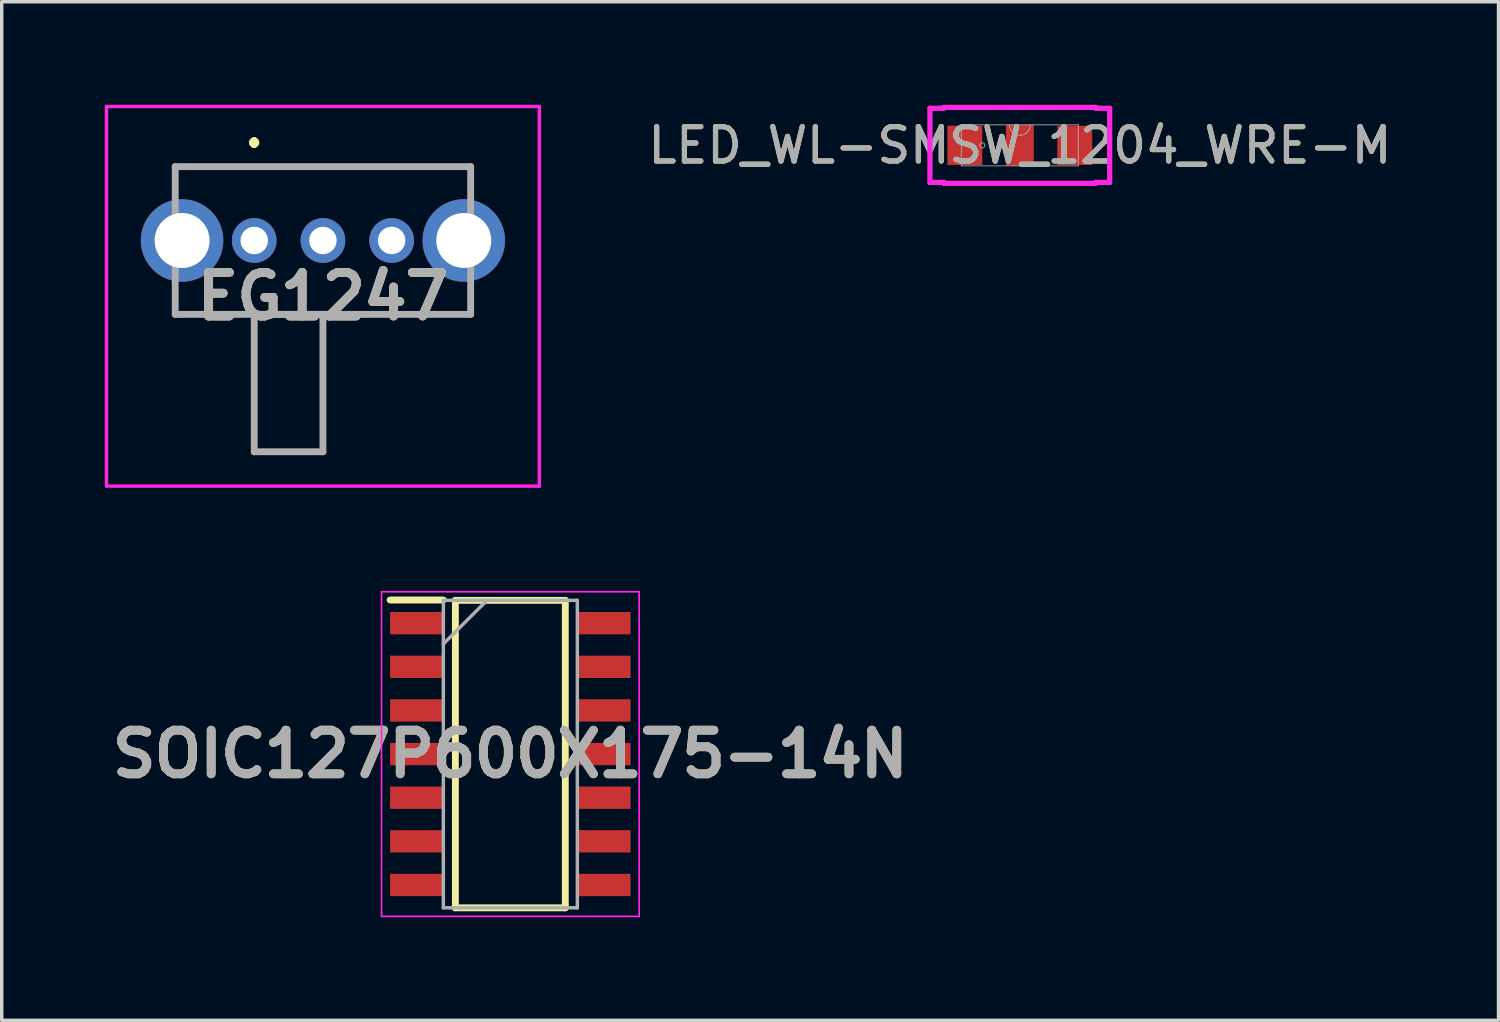
<source format=kicad_pcb>
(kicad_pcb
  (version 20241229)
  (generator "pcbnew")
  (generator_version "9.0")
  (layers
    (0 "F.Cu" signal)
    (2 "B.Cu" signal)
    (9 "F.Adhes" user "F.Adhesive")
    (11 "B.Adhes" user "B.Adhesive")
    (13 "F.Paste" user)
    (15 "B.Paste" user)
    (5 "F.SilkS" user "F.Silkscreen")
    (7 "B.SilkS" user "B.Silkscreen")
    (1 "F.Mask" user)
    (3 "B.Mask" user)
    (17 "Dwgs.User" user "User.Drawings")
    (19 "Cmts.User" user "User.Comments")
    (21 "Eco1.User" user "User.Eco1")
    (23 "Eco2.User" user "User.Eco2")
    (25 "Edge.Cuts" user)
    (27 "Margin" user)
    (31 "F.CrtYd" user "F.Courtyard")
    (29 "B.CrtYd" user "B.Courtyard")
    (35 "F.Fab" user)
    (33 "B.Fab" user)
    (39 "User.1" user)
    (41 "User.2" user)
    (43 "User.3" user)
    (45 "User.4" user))
  (footprint "EG1247"
    (layer "F.Cu")
    (at 4.35 3.95)
    (property "Reference" "EG1247" (at 2 1.625 0) (layer "F.SilkS") (effects (font (size 1.27 1.27) (thickness 0.254))))
    (attr through_hole)
    (fp_line (start -2.3 -2.15) (end -2.3 -2.15) (stroke (width 0.1) (type solid)) (layer "F.SilkS"))
    (fp_line (start -2.3 -2.15) (end -2.3 -2.15) (stroke (width 0.1) (type solid)) (layer "F.SilkS"))
    (fp_line (start -2.3 -2.15) (end -2.3 -1.75) (stroke (width 0.1) (type solid)) (layer "F.SilkS"))
    (fp_line (start -2.3 -2.15) (end 6.3 -2.15) (stroke (width 0.1) (type solid)) (layer "F.SilkS"))
    (fp_line (start -2.3 -1.75) (end -2.3 -2.15) (stroke (width 0.1) (type solid)) (layer "F.SilkS"))
    (fp_line (start -2.3 -1.75) (end -2.3 -1.75) (stroke (width 0.1) (type solid)) (layer "F.SilkS"))
    (fp_line (start -2.3 1.75) (end -2.3 1.75) (stroke (width 0.1) (type solid)) (layer "F.SilkS"))
    (fp_line (start -2.3 1.75) (end -2.3 2.15) (stroke (width 0.1) (type solid)) (layer "F.SilkS"))
    (fp_line (start -2.3 2.15) (end -2.3 1.75) (stroke (width 0.1) (type solid)) (layer "F.SilkS"))
    (fp_line (start -2.3 2.15) (end -2.3 2.15) (stroke (width 0.1) (type solid)) (layer "F.SilkS"))
    (fp_line (start -2.3 2.15) (end -2.3 2.15) (stroke (width 0.1) (type solid)) (layer "F.SilkS"))
    (fp_line (start -2.3 2.15) (end 0 2.15) (stroke (width 0.1) (type solid)) (layer "F.SilkS"))
    (fp_line (start 0 -2.9) (end 0 -2.9) (stroke (width 0.2) (type solid)) (layer "F.SilkS"))
    (fp_line (start 0 -2.9) (end 0 -2.9) (stroke (width 0.2) (type solid)) (layer "F.SilkS"))
    (fp_line (start 0 -2.8) (end 0 -2.8) (stroke (width 0.2) (type solid)) (layer "F.SilkS"))
    (fp_line (start 0 2.15) (end -2.3 2.15) (stroke (width 0.1) (type solid)) (layer "F.SilkS"))
    (fp_line (start 0 2.15) (end 0 2.15) (stroke (width 0.1) (type solid)) (layer "F.SilkS"))
    (fp_line (start 0 2.15) (end 2 2.15) (stroke (width 0.1) (type solid)) (layer "F.SilkS"))
    (fp_line (start 0 6.15) (end 0 2.15) (stroke (width 0.1) (type solid)) (layer "F.SilkS"))
    (fp_line (start 2 2.15) (end 2 2.15) (stroke (width 0.1) (type solid)) (layer "F.SilkS"))
    (fp_line (start 2 2.15) (end 2 6.15) (stroke (width 0.1) (type solid)) (layer "F.SilkS"))
    (fp_line (start 2 2.15) (end 6.3 2.15) (stroke (width 0.1) (type solid)) (layer "F.SilkS"))
    (fp_line (start 2 6.15) (end 0 6.15) (stroke (width 0.1) (type solid)) (layer "F.SilkS"))
    (fp_line (start 6.3 -2.15) (end -2.3 -2.15) (stroke (width 0.1) (type solid)) (layer "F.SilkS"))
    (fp_line (start 6.3 -2.15) (end 6.3 -2.15) (stroke (width 0.1) (type solid)) (layer "F.SilkS"))
    (fp_line (start 6.3 -2.15) (end 6.3 -2.15) (stroke (width 0.1) (type solid)) (layer "F.SilkS"))
    (fp_line (start 6.3 -2.15) (end 6.3 -1.75) (stroke (width 0.1) (type solid)) (layer "F.SilkS"))
    (fp_line (start 6.3 -1.75) (end 6.3 -2.15) (stroke (width 0.1) (type solid)) (layer "F.SilkS"))
    (fp_line (start 6.3 -1.75) (end 6.3 -1.75) (stroke (width 0.1) (type solid)) (layer "F.SilkS"))
    (fp_line (start 6.3 1.75) (end 6.3 1.75) (stroke (width 0.1) (type solid)) (layer "F.SilkS"))
    (fp_line (start 6.3 1.75) (end 6.3 2.15) (stroke (width 0.1) (type solid)) (layer "F.SilkS"))
    (fp_line (start 6.3 2.15) (end 2 2.15) (stroke (width 0.1) (type solid)) (layer "F.SilkS"))
    (fp_line (start 6.3 2.15) (end 6.3 1.75) (stroke (width 0.1) (type solid)) (layer "F.SilkS"))
    (fp_line (start 6.3 2.15) (end 6.3 2.15) (stroke (width 0.1) (type solid)) (layer "F.SilkS"))
    (fp_line (start 6.3 2.15) (end 6.3 2.15) (stroke (width 0.1) (type solid)) (layer "F.SilkS"))
    (fp_arc (start 0 -2.9) (mid 0.05 -2.85) (end 0 -2.8) (stroke (width 0.2) (type solid)) (layer "F.SilkS"))
    (fp_arc (start 0 -2.8) (mid -0.05 -2.85) (end 0 -2.9) (stroke (width 0.2) (type solid)) (layer "F.SilkS"))
    (fp_arc (start 0 -2.8) (mid -0.05 -2.85) (end 0 -2.9) (stroke (width 0.2) (type solid)) (layer "F.SilkS"))
    (fp_line (start -4.3 -3.9) (end 8.3 -3.9) (stroke (width 0.1) (type solid)) (layer "F.CrtYd"))
    (fp_line (start -4.3 7.15) (end -4.3 -3.9) (stroke (width 0.1) (type solid)) (layer "F.CrtYd"))
    (fp_line (start 8.3 -3.9) (end 8.3 7.15) (stroke (width 0.1) (type solid)) (layer "F.CrtYd"))
    (fp_line (start 8.3 7.15) (end -4.3 7.15) (stroke (width 0.1) (type solid)) (layer "F.CrtYd"))
    (fp_line (start -2.3 -2.15) (end -2.3 2.15) (stroke (width 0.2) (type solid)) (layer "F.Fab"))
    (fp_line (start -2.3 2.15) (end 6.3 2.15) (stroke (width 0.2) (type solid)) (layer "F.Fab"))
    (fp_line (start 0 2.15) (end 2 2.15) (stroke (width 0.2) (type solid)) (layer "F.Fab"))
    (fp_line (start 0 6.15) (end 0 2.15) (stroke (width 0.2) (type solid)) (layer "F.Fab"))
    (fp_line (start 2 2.15) (end 2 6.15) (stroke (width 0.2) (type solid)) (layer "F.Fab"))
    (fp_line (start 2 6.15) (end 0 6.15) (stroke (width 0.2) (type solid)) (layer "F.Fab"))
    (fp_line (start 6.3 -2.15) (end -2.3 -2.15) (stroke (width 0.2) (type solid)) (layer "F.Fab"))
    (fp_line (start 6.3 2.15) (end 6.3 -2.15) (stroke (width 0.2) (type solid)) (layer "F.Fab"))
    (fp_text user "${REFERENCE}" (at 2 1.625 0) (layer "F.Fab") (effects (font (size 1.27 1.27) (thickness 0.254))))
    (pad "1" thru_hole circle (at 0 0) (size 1.3 1.3) (drill 0.8) (layers "*.Cu" "*.Mask"))
    (pad "2" thru_hole circle (at 2 0) (size 1.3 1.3) (drill 0.8) (layers "*.Cu" "*.Mask"))
    (pad "3" thru_hole circle (at 4 0) (size 1.3 1.3) (drill 0.8) (layers "*.Cu" "*.Mask"))
    (pad "MH1" thru_hole circle (at -2.1 0) (size 2.4 2.4) (drill 1.6) (layers "*.Cu" "*.Mask"))
    (pad "MH2" thru_hole circle (at 6.1 0) (size 2.4 2.4) (drill 1.6) (layers "*.Cu" "*.Mask")))
  (footprint "SOIC127P600X175-14N"
    (layer "F.Cu")
    (at 11.805 18.9)
    (property "Reference" "SOIC127P600X175-14N" (at 0 0 0) (layer "F.SilkS") (effects (font (size 1.27 1.27) (thickness 0.254))))
    (attr smd)
    (fp_line (start -3.5 -4.485) (end -1.95 -4.485) (stroke (width 0.2) (type solid)) (layer "F.SilkS"))
    (fp_line (start -1.6 -4.475) (end 1.6 -4.475) (stroke (width 0.2) (type solid)) (layer "F.SilkS"))
    (fp_line (start -1.6 4.475) (end -1.6 -4.475) (stroke (width 0.2) (type solid)) (layer "F.SilkS"))
    (fp_line (start 1.6 -4.475) (end 1.6 4.475) (stroke (width 0.2) (type solid)) (layer "F.SilkS"))
    (fp_line (start 1.6 4.475) (end -1.6 4.475) (stroke (width 0.2) (type solid)) (layer "F.SilkS"))
    (fp_line (start -3.75 -4.725) (end 3.75 -4.725) (stroke (width 0.05) (type solid)) (layer "F.CrtYd"))
    (fp_line (start -3.75 4.725) (end -3.75 -4.725) (stroke (width 0.05) (type solid)) (layer "F.CrtYd"))
    (fp_line (start 3.75 -4.725) (end 3.75 4.725) (stroke (width 0.05) (type solid)) (layer "F.CrtYd"))
    (fp_line (start 3.75 4.725) (end -3.75 4.725) (stroke (width 0.05) (type solid)) (layer "F.CrtYd"))
    (fp_line (start -1.95 -4.475) (end 1.95 -4.475) (stroke (width 0.1) (type solid)) (layer "F.Fab"))
    (fp_line (start -1.95 -3.205) (end -0.68 -4.475) (stroke (width 0.1) (type solid)) (layer "F.Fab"))
    (fp_line (start -1.95 4.475) (end -1.95 -4.475) (stroke (width 0.1) (type solid)) (layer "F.Fab"))
    (fp_line (start 1.95 -4.475) (end 1.95 4.475) (stroke (width 0.1) (type solid)) (layer "F.Fab"))
    (fp_line (start 1.95 4.475) (end -1.95 4.475) (stroke (width 0.1) (type solid)) (layer "F.Fab"))
    (fp_text user "${REFERENCE}" (at 0 0 0) (layer "F.Fab") (effects (font (size 1.27 1.27) (thickness 0.254))))
    (pad "1" smd rect (at -2.725 -3.81 90) (size 0.65 1.55) (layers "F.Cu" "F.Mask" "F.Paste"))
    (pad "2" smd rect (at -2.725 -2.54 90) (size 0.65 1.55) (layers "F.Cu" "F.Mask" "F.Paste"))
    (pad "3" smd rect (at -2.725 -1.27 90) (size 0.65 1.55) (layers "F.Cu" "F.Mask" "F.Paste"))
    (pad "4" smd rect (at -2.725 0 90) (size 0.65 1.55) (layers "F.Cu" "F.Mask" "F.Paste"))
    (pad "5" smd rect (at -2.725 1.27 90) (size 0.65 1.55) (layers "F.Cu" "F.Mask" "F.Paste"))
    (pad "6" smd rect (at -2.725 2.54 90) (size 0.65 1.55) (layers "F.Cu" "F.Mask" "F.Paste"))
    (pad "7" smd rect (at -2.725 3.81 90) (size 0.65 1.55) (layers "F.Cu" "F.Mask" "F.Paste"))
    (pad "8" smd rect (at 2.725 3.81 90) (size 0.65 1.55) (layers "F.Cu" "F.Mask" "F.Paste"))
    (pad "9" smd rect (at 2.725 2.54 90) (size 0.65 1.55) (layers "F.Cu" "F.Mask" "F.Paste"))
    (pad "10" smd rect (at 2.725 1.27 90) (size 0.65 1.55) (layers "F.Cu" "F.Mask" "F.Paste"))
    (pad "11" smd rect (at 2.725 0 90) (size 0.65 1.55) (layers "F.Cu" "F.Mask" "F.Paste"))
    (pad "12" smd rect (at 2.725 -1.27 90) (size 0.65 1.55) (layers "F.Cu" "F.Mask" "F.Paste"))
    (pad "13" smd rect (at 2.725 -2.54 90) (size 0.65 1.55) (layers "F.Cu" "F.Mask" "F.Paste"))
    (pad "14" smd rect (at 2.725 -3.81 90) (size 0.65 1.55) (layers "F.Cu" "F.Mask" "F.Paste")))
  (footprint "LED_WL-SMSW_1204_WRE-M"
    (layer "F.Cu")
    (at 26.635 1.181)
    (property "Reference" "LED_WL-SMSW_1204_WRE-M" (at 0 0 0) (unlocked yes) (layer "F.SilkS") (effects (font (size 1 1) (thickness 0.15))))
    (attr smd)
    (fp_line (start -2.616 -1.079) (end -2.21 -1.079) (stroke (width 0.152) (type solid)) (layer "F.CrtYd"))
    (fp_line (start -2.616 1.079) (end -2.616 -1.079) (stroke (width 0.152) (type solid)) (layer "F.CrtYd"))
    (fp_line (start -2.616 1.079) (end -2.21 1.079) (stroke (width 0.152) (type solid)) (layer "F.CrtYd"))
    (fp_line (start -2.21 -1.105) (end 2.21 -1.105) (stroke (width 0.152) (type solid)) (layer "F.CrtYd"))
    (fp_line (start -2.21 -1.079) (end -2.21 -1.105) (stroke (width 0.152) (type solid)) (layer "F.CrtYd"))
    (fp_line (start -2.21 1.105) (end -2.21 1.079) (stroke (width 0.152) (type solid)) (layer "F.CrtYd"))
    (fp_line (start 2.21 -1.105) (end 2.21 -1.079) (stroke (width 0.152) (type solid)) (layer "F.CrtYd"))
    (fp_line (start 2.21 1.079) (end 2.21 1.105) (stroke (width 0.152) (type solid)) (layer "F.CrtYd"))
    (fp_line (start 2.21 1.105) (end -2.21 1.105) (stroke (width 0.152) (type solid)) (layer "F.CrtYd"))
    (fp_line (start 2.616 -1.079) (end 2.21 -1.079) (stroke (width 0.152) (type solid)) (layer "F.CrtYd"))
    (fp_line (start 2.616 -1.079) (end 2.616 1.079) (stroke (width 0.152) (type solid)) (layer "F.CrtYd"))
    (fp_line (start 2.616 1.079) (end 2.21 1.079) (stroke (width 0.152) (type solid)) (layer "F.CrtYd"))
    (fp_line (start -1.702 -0.597) (end -1.702 0.597) (stroke (width 0.025) (type solid)) (layer "F.Fab"))
    (fp_line (start -1.702 0.597) (end 1.702 0.597) (stroke (width 0.025) (type solid)) (layer "F.Fab"))
    (fp_line (start 1.702 -0.597) (end -1.702 -0.597) (stroke (width 0.025) (type solid)) (layer "F.Fab"))
    (fp_line (start 1.702 0.597) (end 1.702 -0.597) (stroke (width 0.025) (type solid)) (layer "F.Fab"))
    (fp_arc (start 0.3048 -0.5969) (mid 0 -0.2921) (end -0.3048 -0.5969) (stroke (width 0.0254) (type solid)) (layer "F.Fab"))
    (fp_circle (center -1.092 0) (end -1.016 0) (stroke (width 0.025) (type solid)) (fill no) (layer "F.Fab"))
    (fp_text user "${REFERENCE}" (at 0 0 0) (unlocked yes) (layer "F.Fab") (effects (font (size 1 1) (thickness 0.15))))
    (pad "1" smd rect (at -1.6 0) (size 1.016 1.143) (layers "F.Cu" "F.Mask" "F.Paste"))
    (pad "2" smd rect (at 1.6 0) (size 1.016 1.143) (layers "F.Cu" "F.Mask" "F.Paste"))
    (pad "3" smd rect (at 0 0) (size 0.813 1.194) (layers "F.Cu" "F.Mask" "F.Paste")))
  (gr_rect
    (start -3 -3)
    (end 40.569 26.65)
    (stroke (width 0.1) (type default))
    (fill no)
    (layer "Edge.Cuts")))
</source>
